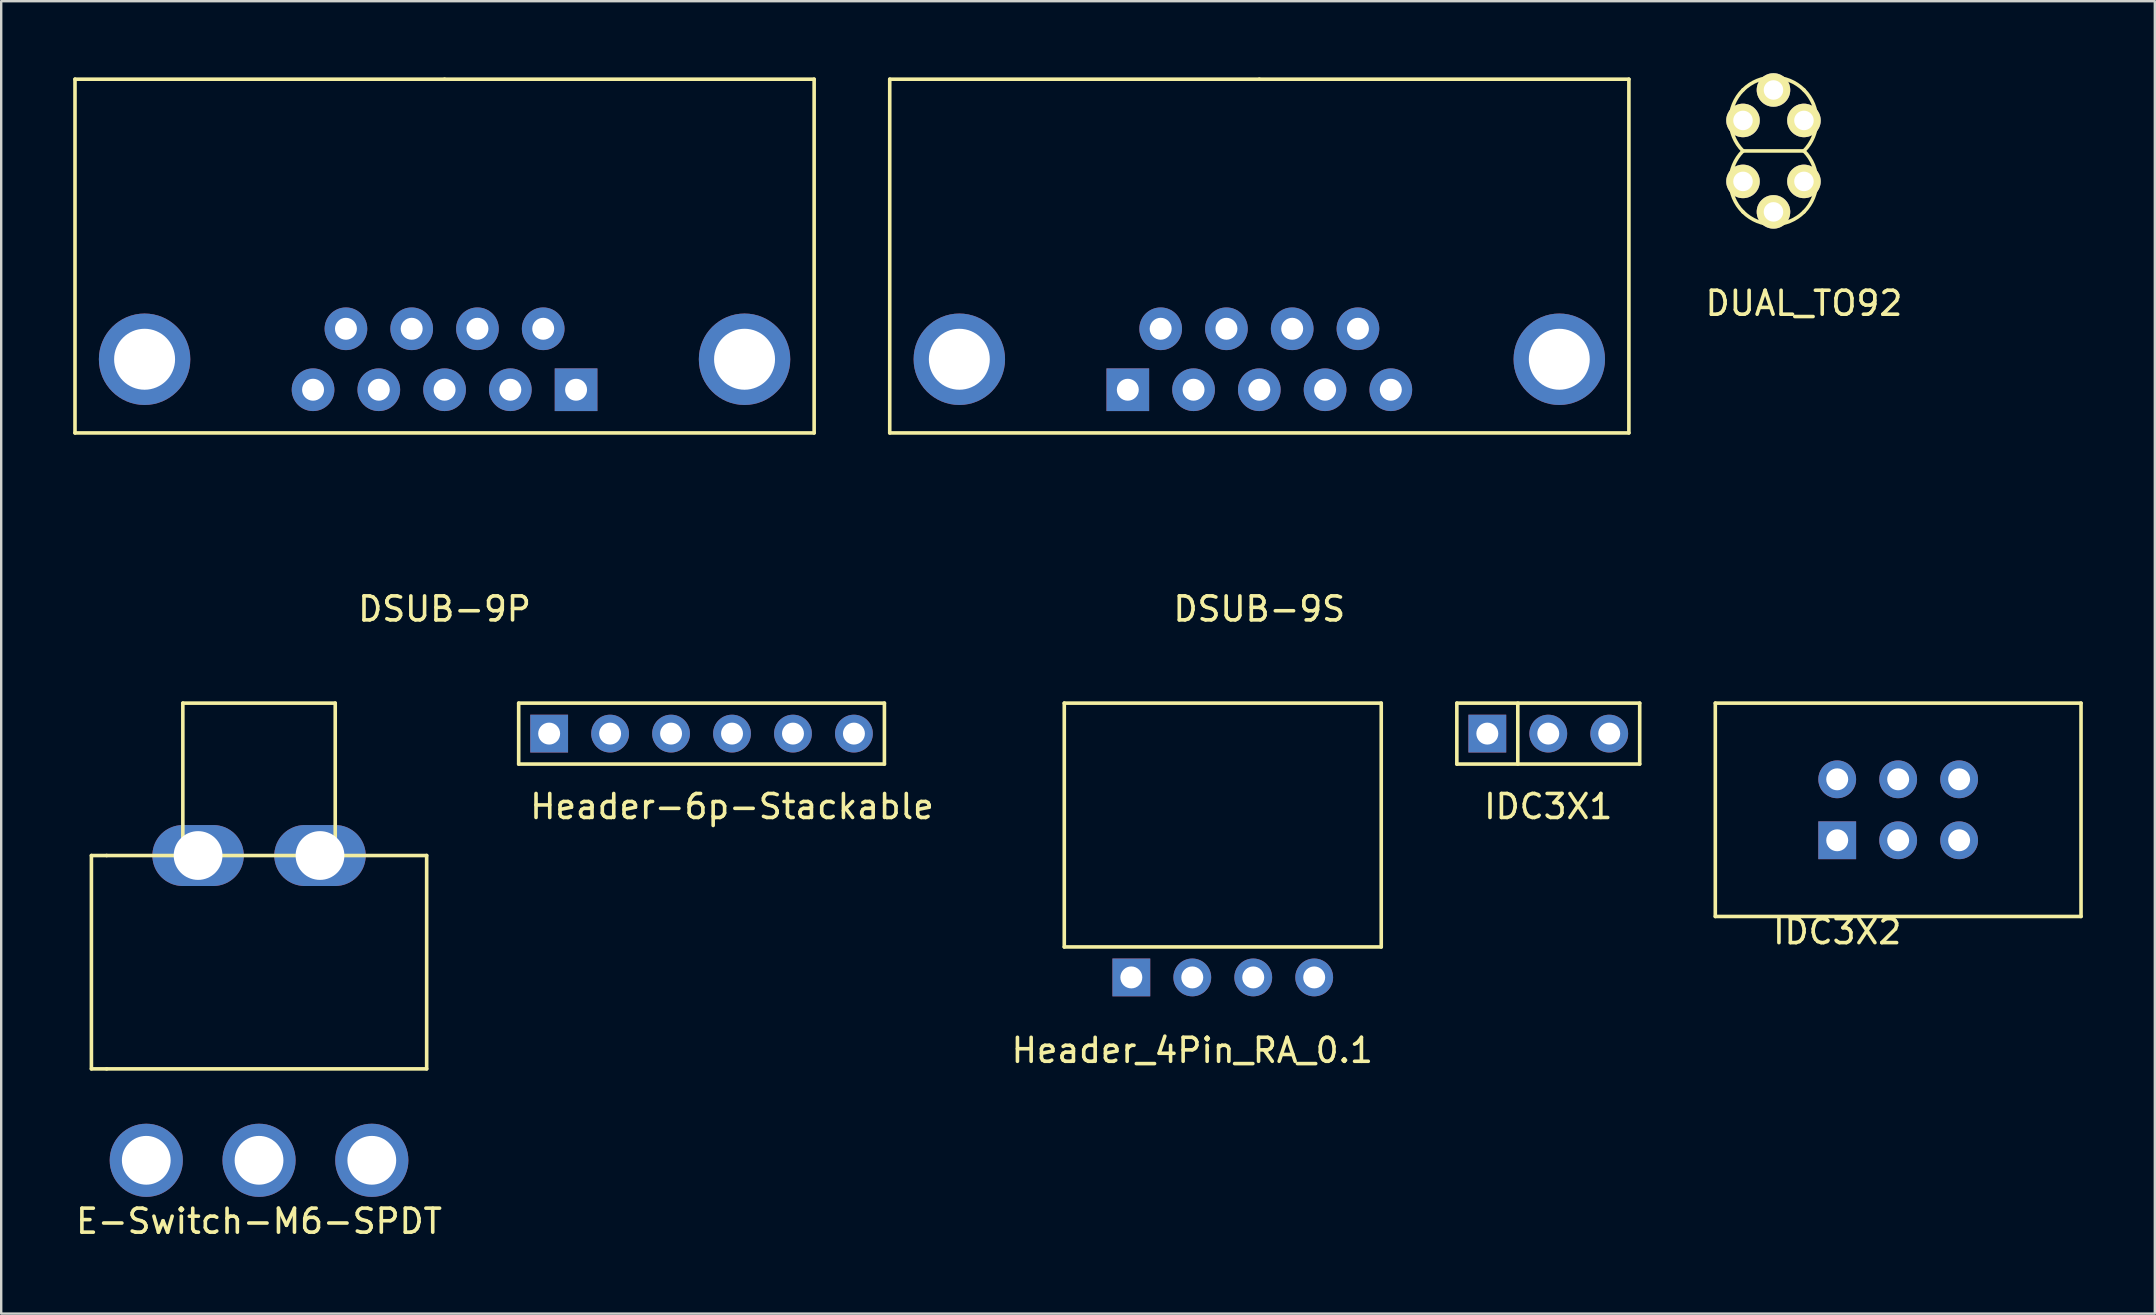
<source format=kicad_pcb>
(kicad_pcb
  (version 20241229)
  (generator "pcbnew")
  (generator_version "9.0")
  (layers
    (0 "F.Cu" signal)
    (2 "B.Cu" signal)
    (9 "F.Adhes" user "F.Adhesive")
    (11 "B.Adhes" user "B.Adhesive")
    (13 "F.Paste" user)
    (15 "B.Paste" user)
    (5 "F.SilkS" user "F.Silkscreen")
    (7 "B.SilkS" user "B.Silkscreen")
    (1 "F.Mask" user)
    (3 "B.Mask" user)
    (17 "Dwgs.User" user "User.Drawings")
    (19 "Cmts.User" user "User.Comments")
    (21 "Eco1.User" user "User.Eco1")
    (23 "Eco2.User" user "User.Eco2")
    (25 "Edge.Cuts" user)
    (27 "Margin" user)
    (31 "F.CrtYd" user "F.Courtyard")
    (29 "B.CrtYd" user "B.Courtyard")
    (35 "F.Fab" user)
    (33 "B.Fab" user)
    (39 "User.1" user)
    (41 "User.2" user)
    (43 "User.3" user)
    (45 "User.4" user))
  (footprint "Header_4Pin_RA_0.1"
    (layer "F.Cu")
    (at 47.902 37.679)
    (property "Reference" "Header_4Pin_RA_0.1" (at -1.27 3.04 0) (layer "F.SilkS") (effects (font (size 1 1) (thickness 0.15))))
    (attr through_hole)
    (fp_line (start -6.604 -11.43) (end -6.604 -1.27) (stroke (width 0.15) (type solid)) (layer "F.SilkS"))
    (fp_line (start -6.604 -1.27) (end 6.604 -1.27) (stroke (width 0.15) (type solid)) (layer "F.SilkS"))
    (fp_line (start 6.604 -11.43) (end -6.604 -11.43) (stroke (width 0.15) (type solid)) (layer "F.SilkS"))
    (fp_line (start 6.604 -1.27) (end 6.604 -11.43) (stroke (width 0.15) (type solid)) (layer "F.SilkS"))
    (pad "1" thru_hole rect (at -3.81 0) (size 1.575 1.575) (drill 0.914) (layers "*.Cu" "*.Mask"))
    (pad "2" thru_hole circle (at -1.27 0) (size 1.575 1.575) (drill 0.914) (layers "*.Cu" "*.Mask"))
    (pad "3" thru_hole circle (at 1.27 0) (size 1.575 1.575) (drill 0.914) (layers "*.Cu" "*.Mask"))
    (pad "4" thru_hole circle (at 3.81 0) (size 1.575 1.575) (drill 0.914) (layers "*.Cu" "*.Mask")))
  (footprint "DSUB-9P"
    (layer "F.Cu")
    (at 15.475 0.25)
    (property "Reference" "DSUB-9P" (at 0 22.076 0) (layer "F.SilkS") (effects (font (size 1 1) (thickness 0.15))))
    (attr through_hole)
    (fp_line (start -15.4 14.74) (end -15.4 0) (stroke (width 0.15) (type solid)) (layer "F.SilkS"))
    (fp_line (start 0 0) (end -15.4 0) (stroke (width 0.15) (type solid)) (layer "F.SilkS"))
    (fp_line (start 0 0) (end 15.4 0) (stroke (width 0.15) (type solid)) (layer "F.SilkS"))
    (fp_line (start 15.4 0) (end 15.4 14.74) (stroke (width 0.15) (type solid)) (layer "F.SilkS"))
    (fp_line (start 15.4 14.74) (end -15.4 14.74) (stroke (width 0.15) (type solid)) (layer "F.SilkS"))
    (pad "0" thru_hole circle (at -12.5 11.67) (size 3.81 3.81) (drill 2.54) (layers "*.Cu" "*.Mask"))
    (pad "0" thru_hole circle (at 12.5 11.67) (size 3.81 3.81) (drill 2.54) (layers "*.Cu" "*.Mask"))
    (pad "1" thru_hole rect (at 5.48 12.94) (size 1.778 1.778) (drill 0.914) (layers "*.Cu" "*.Mask"))
    (pad "2" thru_hole circle (at 2.74 12.94) (size 1.778 1.778) (drill 0.914) (layers "*.Cu" "*.Mask"))
    (pad "3" thru_hole circle (at 0 12.94) (size 1.778 1.778) (drill 0.914) (layers "*.Cu" "*.Mask"))
    (pad "4" thru_hole circle (at -2.74 12.94) (size 1.778 1.778) (drill 0.914) (layers "*.Cu" "*.Mask"))
    (pad "5" thru_hole circle (at -5.48 12.94) (size 1.778 1.778) (drill 0.914) (layers "*.Cu" "*.Mask"))
    (pad "6" thru_hole circle (at 4.11 10.4) (size 1.778 1.778) (drill 0.914) (layers "*.Cu" "*.Mask"))
    (pad "7" thru_hole circle (at 1.37 10.4) (size 1.778 1.778) (drill 0.914) (layers "*.Cu" "*.Mask"))
    (pad "8" thru_hole circle (at -1.37 10.4) (size 1.778 1.778) (drill 0.914) (layers "*.Cu" "*.Mask"))
    (pad "9" thru_hole circle (at -4.11 10.4) (size 1.778 1.778) (drill 0.914) (layers "*.Cu" "*.Mask")))
  (footprint "Header-6p-Stackable"
    (layer "F.Cu")
    (at 26.183 27.519)
    (property "Reference" "Header-6p-Stackable" (at 1.27 3.04 0) (layer "F.SilkS") (effects (font (size 1 1) (thickness 0.15))))
    (attr through_hole)
    (fp_line (start -7.62 -1.27) (end -7.62 1.27) (stroke (width 0.15) (type solid)) (layer "F.SilkS"))
    (fp_line (start -7.62 1.27) (end 7.62 1.27) (stroke (width 0.15) (type solid)) (layer "F.SilkS"))
    (fp_line (start 7.62 -1.27) (end -7.62 -1.27) (stroke (width 0.15) (type solid)) (layer "F.SilkS"))
    (fp_line (start 7.62 1.27) (end 7.62 -1.27) (stroke (width 0.15) (type solid)) (layer "F.SilkS"))
    (pad "1" thru_hole rect (at -6.35 0) (size 1.575 1.575) (drill 0.914) (layers "*.Cu" "*.Mask"))
    (pad "2" thru_hole circle (at -3.81 0) (size 1.575 1.575) (drill 0.914) (layers "*.Cu" "*.Mask"))
    (pad "3" thru_hole circle (at -1.27 0) (size 1.575 1.575) (drill 0.914) (layers "*.Cu" "*.Mask"))
    (pad "4" thru_hole circle (at 1.27 0) (size 1.575 1.575) (drill 0.914) (layers "*.Cu" "*.Mask"))
    (pad "5" thru_hole circle (at 3.81 0) (size 1.575 1.575) (drill 0.914) (layers "*.Cu" "*.Mask"))
    (pad "6" thru_hole circle (at 6.35 0) (size 1.575 1.575) (drill 0.914) (layers "*.Cu" "*.Mask")))
  (footprint "DUAL_TO92"
    (layer "F.Cu")
    (at 70.85 3.239)
    (property "Reference" "DUAL_TO92" (at 1.27 6.35 0) (layer "F.SilkS") (effects (font (size 1 1) (thickness 0.15))))
    (attr through_hole)
    (fp_line (start -1.27 0) (end 1.27 0) (stroke (width 0.15) (type solid)) (layer "F.SilkS"))
    (fp_arc (start -1.27 -2.54) (mid 0 -3.066051) (end 1.27 -2.54) (stroke (width 0.15) (type solid)) (layer "F.SilkS"))
    (fp_arc (start -1.27 0) (mid -1.796051 -1.27) (end -1.27 -2.54) (stroke (width 0.15) (type solid)) (layer "F.SilkS"))
    (fp_arc (start -1.27 2.54) (mid -1.796051 1.27) (end -1.27 0) (stroke (width 0.15) (type solid)) (layer "F.SilkS"))
    (fp_arc (start 1.27 -2.54) (mid 1.796051 -1.27) (end 1.27 0) (stroke (width 0.15) (type solid)) (layer "F.SilkS"))
    (fp_arc (start 1.27 0) (mid 1.796051 1.27) (end 1.27 2.54) (stroke (width 0.15) (type solid)) (layer "F.SilkS"))
    (fp_arc (start 1.27 2.54) (mid 0 3.066051) (end -1.27 2.54) (stroke (width 0.15) (type solid)) (layer "F.SilkS"))
    (pad "1" thru_hole circle (at 1.27 1.27) (size 1.397 1.397) (drill 0.813) (layers "*.Cu" "*.Mask" "F.SilkS"))
    (pad "2" thru_hole circle (at 0 2.54) (size 1.397 1.397) (drill 0.813) (layers "*.Cu" "*.Mask" "F.SilkS"))
    (pad "3" thru_hole circle (at -1.27 1.27) (size 1.397 1.397) (drill 0.813) (layers "*.Cu" "*.Mask" "F.SilkS"))
    (pad "4" thru_hole circle (at -1.27 -1.27) (size 1.397 1.397) (drill 0.813) (layers "*.Cu" "*.Mask" "F.SilkS"))
    (pad "5" thru_hole circle (at 0 -2.54) (size 1.397 1.397) (drill 0.813) (layers "*.Cu" "*.Mask" "F.SilkS"))
    (pad "6" thru_hole circle (at 1.27 -1.27) (size 1.397 1.397) (drill 0.813) (layers "*.Cu" "*.Mask" "F.SilkS")))
  (footprint "IDC3X2"
    (layer "F.Cu")
    (at 76.046 30.694)
    (property "Reference" "IDC3X2" (at -2.54 5.08 180) (layer "F.SilkS") (effects (font (size 1 1) (thickness 0.15))))
    (attr through_hole)
    (fp_line (start -7.62 -4.445) (end 7.62 -4.445) (stroke (width 0.15) (type solid)) (layer "F.SilkS"))
    (fp_line (start -7.62 4.445) (end -7.62 -4.445) (stroke (width 0.15) (type solid)) (layer "F.SilkS"))
    (fp_line (start 7.62 -4.445) (end 7.62 4.445) (stroke (width 0.15) (type solid)) (layer "F.SilkS"))
    (fp_line (start 7.62 4.445) (end -7.62 4.445) (stroke (width 0.15) (type solid)) (layer "F.SilkS"))
    (pad "1" thru_hole rect (at -2.54 1.27) (size 1.575 1.575) (drill 0.914) (layers "*.Cu" "*.Mask"))
    (pad "2" thru_hole circle (at -2.54 -1.27) (size 1.575 1.575) (drill 0.914) (layers "*.Cu" "*.Mask"))
    (pad "3" thru_hole circle (at 0 1.27) (size 1.575 1.575) (drill 0.914) (layers "*.Cu" "*.Mask"))
    (pad "4" thru_hole circle (at 0 -1.27) (size 1.575 1.575) (drill 0.914) (layers "*.Cu" "*.Mask"))
    (pad "5" thru_hole circle (at 2.54 1.27) (size 1.575 1.575) (drill 0.914) (layers "*.Cu" "*.Mask"))
    (pad "6" thru_hole circle (at 2.54 -1.27) (size 1.575 1.575) (drill 0.914) (layers "*.Cu" "*.Mask")))
  (footprint "DSUB-9S"
    (layer "F.Cu")
    (at 49.425 0.25)
    (property "Reference" "DSUB-9S" (at 0 22.076 0) (layer "F.SilkS") (effects (font (size 1 1) (thickness 0.15))))
    (attr through_hole)
    (fp_line (start -15.4 14.74) (end -15.4 0) (stroke (width 0.15) (type solid)) (layer "F.SilkS"))
    (fp_line (start 0 0) (end -15.4 0) (stroke (width 0.15) (type solid)) (layer "F.SilkS"))
    (fp_line (start 0 0) (end 15.4 0) (stroke (width 0.15) (type solid)) (layer "F.SilkS"))
    (fp_line (start 15.4 0) (end 15.4 14.74) (stroke (width 0.15) (type solid)) (layer "F.SilkS"))
    (fp_line (start 15.4 14.74) (end -15.4 14.74) (stroke (width 0.15) (type solid)) (layer "F.SilkS"))
    (pad "0" thru_hole circle (at -12.5 11.67) (size 3.81 3.81) (drill 2.54) (layers "*.Cu" "*.Mask"))
    (pad "0" thru_hole circle (at 12.5 11.67) (size 3.81 3.81) (drill 2.54) (layers "*.Cu" "*.Mask"))
    (pad "1" thru_hole rect (at -5.48 12.94) (size 1.778 1.778) (drill 0.914) (layers "*.Cu" "*.Mask"))
    (pad "2" thru_hole circle (at -2.74 12.94) (size 1.778 1.778) (drill 0.914) (layers "*.Cu" "*.Mask"))
    (pad "3" thru_hole circle (at 0 12.94) (size 1.778 1.778) (drill 0.914) (layers "*.Cu" "*.Mask"))
    (pad "4" thru_hole circle (at 2.74 12.94) (size 1.778 1.778) (drill 0.914) (layers "*.Cu" "*.Mask"))
    (pad "5" thru_hole circle (at 5.48 12.94) (size 1.778 1.778) (drill 0.914) (layers "*.Cu" "*.Mask"))
    (pad "6" thru_hole circle (at -4.11 10.4) (size 1.778 1.778) (drill 0.914) (layers "*.Cu" "*.Mask"))
    (pad "7" thru_hole circle (at -1.37 10.4) (size 1.778 1.778) (drill 0.914) (layers "*.Cu" "*.Mask"))
    (pad "8" thru_hole circle (at 1.37 10.4 90) (size 1.778 1.778) (drill 0.914) (layers "*.Cu" "*.Mask"))
    (pad "9" thru_hole circle (at 4.11 10.4) (size 1.778 1.778) (drill 0.914) (layers "*.Cu" "*.Mask")))
  (footprint "IDC3X1"
    (layer "F.Cu")
    (at 61.466 27.519)
    (property "Reference" "IDC3X1" (at 0 3.04 0) (layer "F.SilkS") (effects (font (size 1 1) (thickness 0.15))))
    (attr through_hole)
    (fp_line (start -3.81 -1.27) (end -3.81 1.27) (stroke (width 0.15) (type solid)) (layer "F.SilkS"))
    (fp_line (start -3.81 1.27) (end 3.81 1.27) (stroke (width 0.15) (type solid)) (layer "F.SilkS"))
    (fp_line (start -1.27 -1.27) (end -1.27 1.27) (stroke (width 0.15) (type solid)) (layer "F.SilkS"))
    (fp_line (start 3.81 -1.27) (end -3.81 -1.27) (stroke (width 0.15) (type solid)) (layer "F.SilkS"))
    (fp_line (start 3.81 1.27) (end 3.81 -1.27) (stroke (width 0.15) (type solid)) (layer "F.SilkS"))
    (pad "1" thru_hole rect (at -2.54 0) (size 1.575 1.575) (drill 0.914) (layers "*.Cu" "*.Mask"))
    (pad "2" thru_hole circle (at 0 0) (size 1.575 1.575) (drill 0.914) (layers "*.Cu" "*.Mask"))
    (pad "3" thru_hole circle (at 2.54 0) (size 1.575 1.575) (drill 0.914) (layers "*.Cu" "*.Mask")))
  (footprint "E-Switch-M6-SPDT"
    (layer "F.Cu")
    (at 7.744 32.599)
    (property "Reference" "E-Switch-M6-SPDT" (at 0 15.24 0) (layer "F.SilkS") (effects (font (size 1 1) (thickness 0.15))))
    (attr through_hole)
    (fp_line (start -6.985 0) (end -6.985 8.89) (stroke (width 0.15) (type solid)) (layer "F.SilkS"))
    (fp_line (start -6.985 8.89) (end -6.35 8.89) (stroke (width 0.15) (type solid)) (layer "F.SilkS"))
    (fp_line (start -6.35 0) (end -6.985 0) (stroke (width 0.15) (type solid)) (layer "F.SilkS"))
    (fp_line (start -6.35 8.89) (end 6.985 8.89) (stroke (width 0.15) (type solid)) (layer "F.SilkS"))
    (fp_line (start -3.175 -6.35) (end 3.175 -6.35) (stroke (width 0.15) (type solid)) (layer "F.SilkS"))
    (fp_line (start -3.175 0) (end -3.175 -6.35) (stroke (width 0.15) (type solid)) (layer "F.SilkS"))
    (fp_line (start 3.175 -6.35) (end 3.175 0) (stroke (width 0.15) (type solid)) (layer "F.SilkS"))
    (fp_line (start 6.985 0) (end -6.35 0) (stroke (width 0.15) (type solid)) (layer "F.SilkS"))
    (fp_line (start 6.985 8.89) (end 6.985 0) (stroke (width 0.15) (type solid)) (layer "F.SilkS"))
    (pad "1" thru_hole circle (at -4.699 12.7) (size 3.048 3.048) (drill 2.032) (layers "*.Cu" "*.Mask"))
    (pad "2" thru_hole circle (at 0 12.7) (size 3.048 3.048) (drill 2.032) (layers "*.Cu" "*.Mask"))
    (pad "3" thru_hole circle (at 4.699 12.7) (size 3.048 3.048) (drill 2.032) (layers "*.Cu" "*.Mask"))
    (pad "4" thru_hole oval (at -2.54 0) (size 3.81 2.54) (drill 2.032) (layers "*.Cu" "*.Mask"))
    (pad "5" thru_hole oval (at 2.54 0) (size 3.81 2.54) (drill 2.032) (layers "*.Cu" "*.Mask")))
  (gr_rect
    (start -3 -3)
    (end 86.741 51.688)
    (stroke (width 0.1) (type default))
    (fill no)
    (layer "Edge.Cuts")))
</source>
